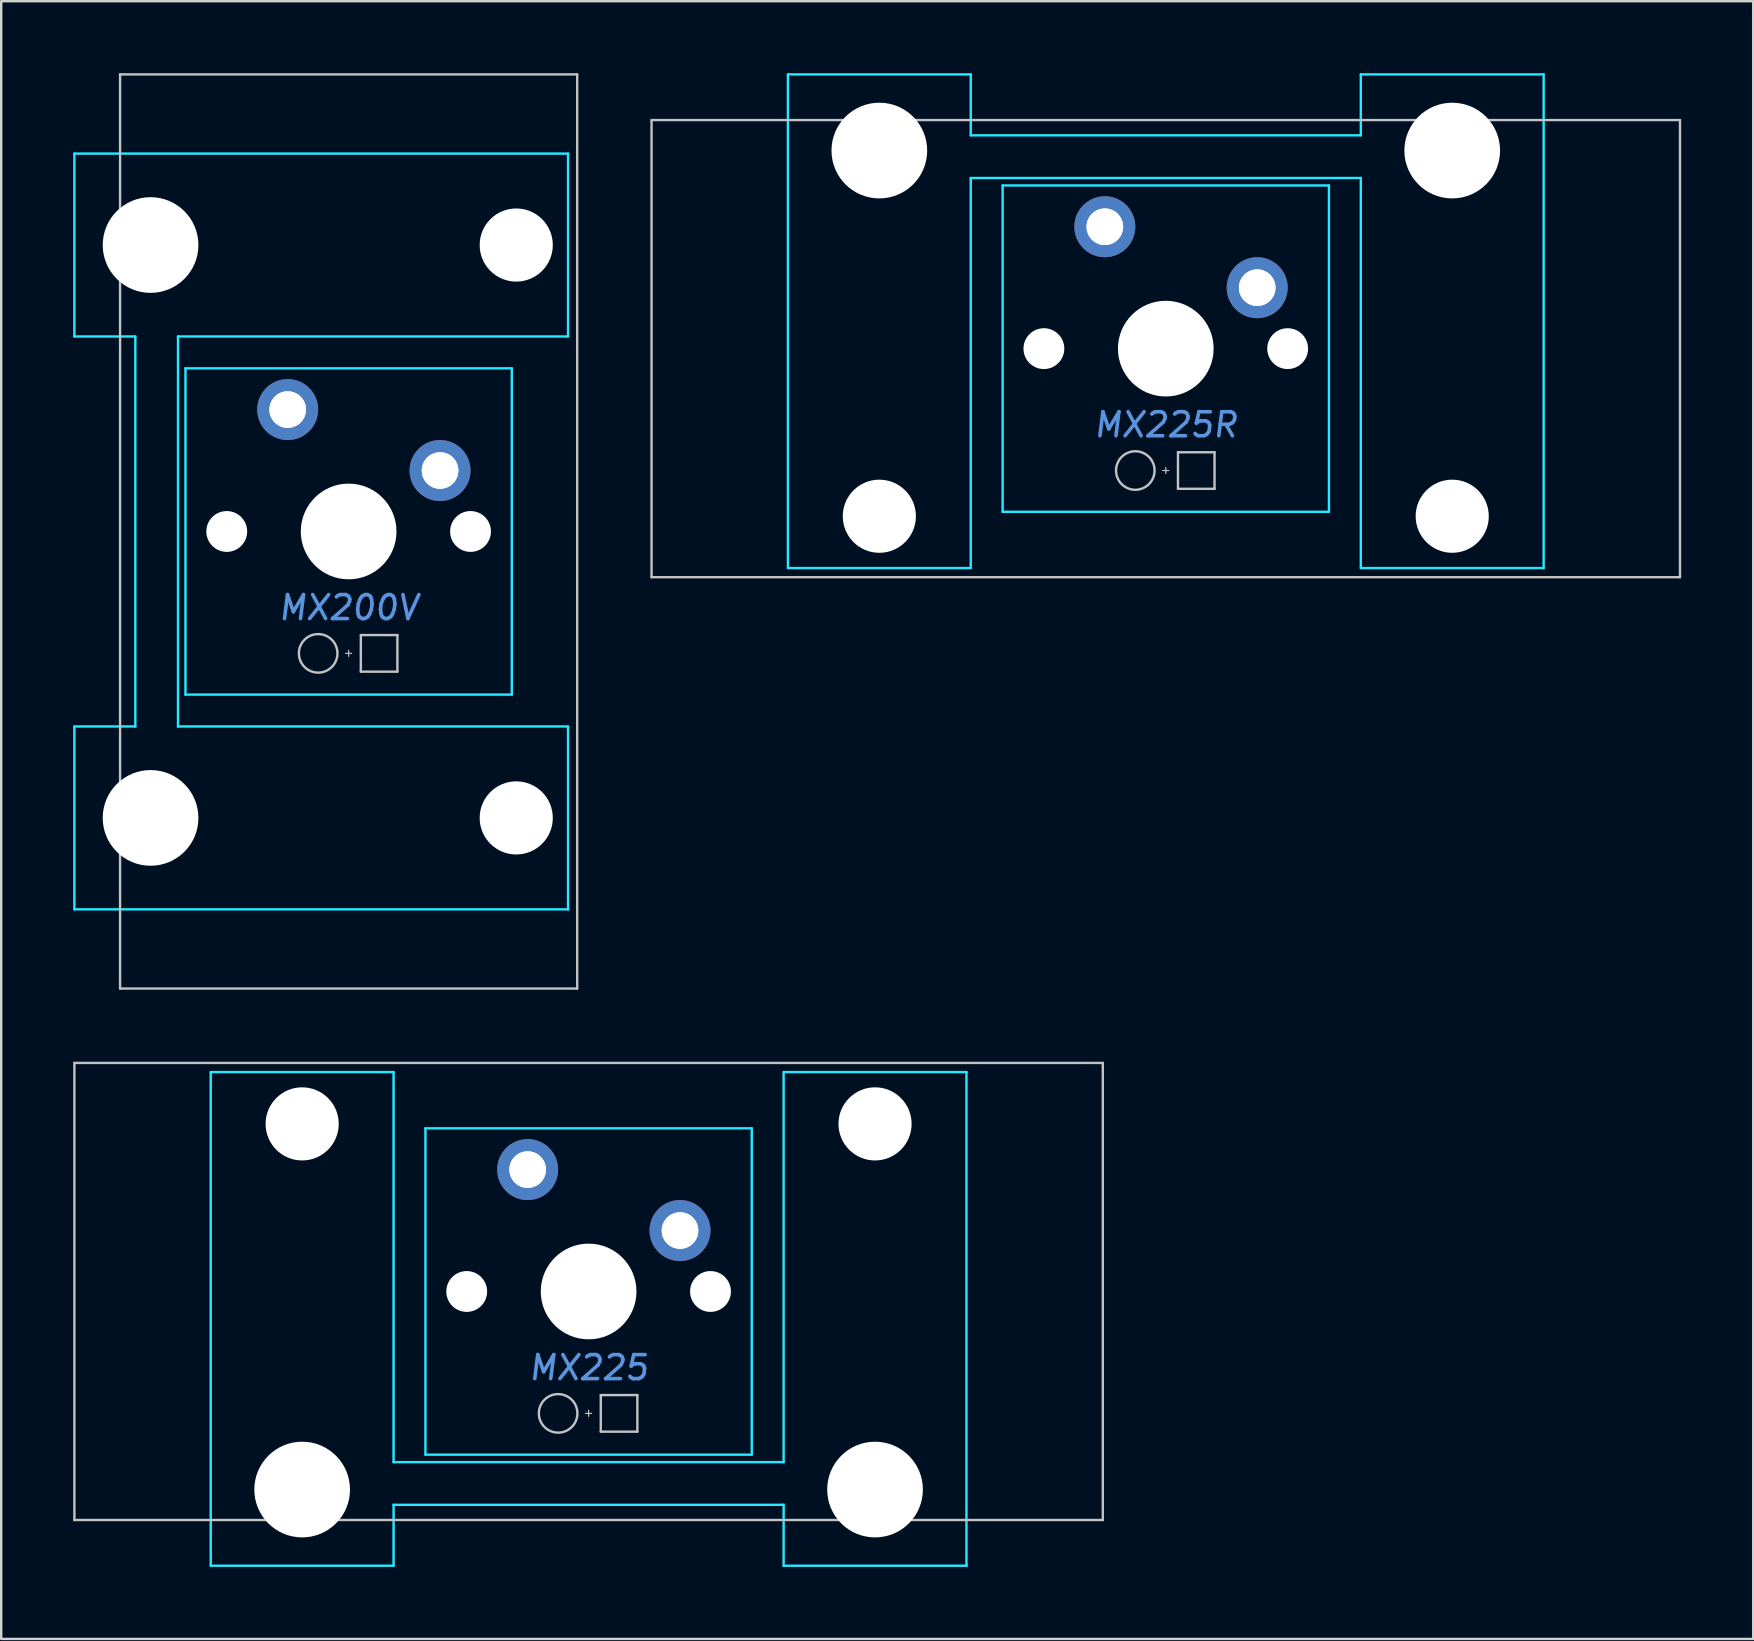
<source format=kicad_pcb>
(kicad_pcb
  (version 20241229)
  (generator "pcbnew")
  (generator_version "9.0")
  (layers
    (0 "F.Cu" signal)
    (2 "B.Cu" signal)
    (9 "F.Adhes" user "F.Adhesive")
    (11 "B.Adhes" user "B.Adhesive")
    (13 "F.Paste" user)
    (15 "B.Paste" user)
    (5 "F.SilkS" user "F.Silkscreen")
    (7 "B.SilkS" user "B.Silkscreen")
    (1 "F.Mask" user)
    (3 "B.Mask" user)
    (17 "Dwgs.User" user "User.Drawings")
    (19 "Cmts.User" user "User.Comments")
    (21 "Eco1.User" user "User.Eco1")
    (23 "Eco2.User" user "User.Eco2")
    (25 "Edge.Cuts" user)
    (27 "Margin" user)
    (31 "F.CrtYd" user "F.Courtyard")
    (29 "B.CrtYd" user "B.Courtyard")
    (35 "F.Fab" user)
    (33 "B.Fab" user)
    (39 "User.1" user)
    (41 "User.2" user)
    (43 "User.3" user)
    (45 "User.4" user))
  (footprint "MX225"
    (layer "F.Cu")
    (at 21.481 50.775)
    (property "Reference" "MX225" (at 0 3.175 0) (layer "Cmts.User") (effects (font (size 1 1) (thickness 0.15) (italic yes))))
    (attr through_hole)
    (fp_line (start -21.431 -9.525) (end -21.431 9.525) (stroke (width 0.1) (type solid)) (layer "Dwgs.User"))
    (fp_line (start -21.431 -9.525) (end 21.431 -9.525) (stroke (width 0.1) (type solid)) (layer "Dwgs.User"))
    (fp_line (start -21.431 9.525) (end 21.431 9.525) (stroke (width 0.1) (type solid)) (layer "Dwgs.User"))
    (fp_line (start -0.127 5.08) (end 0.127 5.08) (stroke (width 0.05) (type solid)) (layer "Dwgs.User"))
    (fp_line (start 0 5.207) (end 0 4.953) (stroke (width 0.05) (type solid)) (layer "Dwgs.User"))
    (fp_line (start 0.508 4.318) (end 0.508 5.842) (stroke (width 0.1) (type solid)) (layer "Dwgs.User"))
    (fp_line (start 0.508 4.318) (end 2.032 4.318) (stroke (width 0.1) (type solid)) (layer "Dwgs.User"))
    (fp_line (start 0.508 5.842) (end 2.032 5.842) (stroke (width 0.1) (type solid)) (layer "Dwgs.User"))
    (fp_line (start 2.032 5.842) (end 2.032 4.318) (stroke (width 0.1) (type solid)) (layer "Dwgs.User"))
    (fp_line (start 21.431 -9.525) (end 21.431 9.525) (stroke (width 0.1) (type solid)) (layer "Dwgs.User"))
    (fp_circle (center -1.27 5.08) (end -0.467 5.08) (stroke (width 0.1) (type solid)) (fill no) (layer "Dwgs.User"))
    (fp_line (start -15.748 -9.144) (end -8.128 -9.144) (stroke (width 0.1) (type solid)) (layer "B.CrtYd"))
    (fp_line (start -15.748 11.43) (end -15.748 -9.144) (stroke (width 0.1) (type solid)) (layer "B.CrtYd"))
    (fp_line (start -8.128 -9.144) (end -8.128 7.112) (stroke (width 0.1) (type solid)) (layer "B.CrtYd"))
    (fp_line (start -8.128 7.112) (end 8.128 7.112) (stroke (width 0.1) (type solid)) (layer "B.CrtYd"))
    (fp_line (start -8.128 8.89) (end 8.128 8.89) (stroke (width 0.1) (type solid)) (layer "B.CrtYd"))
    (fp_line (start -8.128 11.43) (end -15.748 11.43) (stroke (width 0.1) (type solid)) (layer "B.CrtYd"))
    (fp_line (start -8.128 11.43) (end -8.128 8.89) (stroke (width 0.1) (type solid)) (layer "B.CrtYd"))
    (fp_line (start -6.8 6.8) (end -6.8 -6.8) (stroke (width 0.1) (type solid)) (layer "B.CrtYd"))
    (fp_line (start 6.8 -6.8) (end -6.8 -6.8) (stroke (width 0.1) (type solid)) (layer "B.CrtYd"))
    (fp_line (start 6.8 6.8) (end -6.8 6.8) (stroke (width 0.1) (type solid)) (layer "B.CrtYd"))
    (fp_line (start 6.8 6.8) (end 6.8 -6.8) (stroke (width 0.1) (type solid)) (layer "B.CrtYd"))
    (fp_line (start 8.128 -9.144) (end 8.128 7.112) (stroke (width 0.1) (type solid)) (layer "B.CrtYd"))
    (fp_line (start 8.128 -9.144) (end 15.748 -9.144) (stroke (width 0.1) (type solid)) (layer "B.CrtYd"))
    (fp_line (start 8.128 11.43) (end 8.128 8.89) (stroke (width 0.1) (type solid)) (layer "B.CrtYd"))
    (fp_line (start 15.748 -9.144) (end 15.748 11.43) (stroke (width 0.1) (type solid)) (layer "B.CrtYd"))
    (fp_line (start 15.748 11.43) (end 8.128 11.43) (stroke (width 0.1) (type solid)) (layer "B.CrtYd"))
    (pad "" np_thru_hole circle (at -11.938 -6.985) (size 3.048 3.048) (drill 3.048) (layers "*.Cu" "*.Mask"))
    (pad "" np_thru_hole circle (at -11.938 8.255) (size 3.988 3.988) (drill 3.988) (layers "*.Cu" "*.Mask"))
    (pad "" np_thru_hole circle (at -5.08 0) (size 1.702 1.702) (drill 1.702) (layers "*.Cu" "*.Mask"))
    (pad "" connect circle (at -2.54 -5.08) (size 1.524 1.524) (layers "B.Mask"))
    (pad "" np_thru_hole circle (at 0 0) (size 3.988 3.988) (drill 3.988) (layers "*.Cu" "*.Mask"))
    (pad "" connect circle (at 3.81 -2.54) (size 1.524 1.524) (layers "B.Mask"))
    (pad "" np_thru_hole circle (at 5.08 0) (size 1.702 1.702) (drill 1.702) (layers "*.Cu" "*.Mask"))
    (pad "" np_thru_hole circle (at 11.938 -6.985) (size 3.048 3.048) (drill 3.048) (layers "*.Cu" "*.Mask"))
    (pad "" np_thru_hole circle (at 11.938 8.255) (size 3.988 3.988) (drill 3.988) (layers "*.Cu" "*.Mask"))
    (pad "1" thru_hole circle (at -2.54 -5.08) (size 2.032 2.032) (drill 1.524) (layers "B.Cu"))
    (pad "1" thru_hole circle (at -2.54 -5.08) (size 2.54 2.54) (drill 1.524) (layers "F.Cu" "F.Mask"))
    (pad "2" thru_hole circle (at 3.81 -2.54) (size 2.032 2.032) (drill 1.524) (layers "B.Cu"))
    (pad "2" thru_hole circle (at 3.81 -2.54) (size 2.54 2.54) (drill 1.524) (layers "F.Cu" "F.Mask")))
  (footprint "MX225R"
    (layer "F.Cu")
    (at 45.536 11.48)
    (property "Reference" "MX225R" (at 0 3.175 0) (layer "Cmts.User") (effects (font (size 1 1) (thickness 0.15) (italic yes))))
    (attr through_hole)
    (fp_line (start -21.431 -9.525) (end -21.431 9.525) (stroke (width 0.1) (type solid)) (layer "Dwgs.User"))
    (fp_line (start -21.431 -9.525) (end 21.431 -9.525) (stroke (width 0.1) (type solid)) (layer "Dwgs.User"))
    (fp_line (start -21.431 9.525) (end 21.431 9.525) (stroke (width 0.1) (type solid)) (layer "Dwgs.User"))
    (fp_line (start -0.127 5.08) (end 0.127 5.08) (stroke (width 0.05) (type solid)) (layer "Dwgs.User"))
    (fp_line (start 0 5.207) (end 0 4.953) (stroke (width 0.05) (type solid)) (layer "Dwgs.User"))
    (fp_line (start 0.508 4.318) (end 0.508 5.842) (stroke (width 0.1) (type solid)) (layer "Dwgs.User"))
    (fp_line (start 0.508 4.318) (end 2.032 4.318) (stroke (width 0.1) (type solid)) (layer "Dwgs.User"))
    (fp_line (start 0.508 5.842) (end 2.032 5.842) (stroke (width 0.1) (type solid)) (layer "Dwgs.User"))
    (fp_line (start 2.032 5.842) (end 2.032 4.318) (stroke (width 0.1) (type solid)) (layer "Dwgs.User"))
    (fp_line (start 21.431 -9.525) (end 21.431 9.525) (stroke (width 0.1) (type solid)) (layer "Dwgs.User"))
    (fp_circle (center -1.27 5.08) (end -0.467 5.08) (stroke (width 0.1) (type solid)) (fill no) (layer "Dwgs.User"))
    (fp_line (start -15.748 -11.43) (end -8.128 -11.43) (stroke (width 0.1) (type solid)) (layer "B.CrtYd"))
    (fp_line (start -15.748 9.144) (end -15.748 -11.43) (stroke (width 0.1) (type solid)) (layer "B.CrtYd"))
    (fp_line (start -8.128 -11.43) (end -8.128 -8.89) (stroke (width 0.1) (type solid)) (layer "B.CrtYd"))
    (fp_line (start -8.128 9.144) (end -15.748 9.144) (stroke (width 0.1) (type solid)) (layer "B.CrtYd"))
    (fp_line (start -8.128 9.144) (end -8.128 -7.112) (stroke (width 0.1) (type solid)) (layer "B.CrtYd"))
    (fp_line (start -6.8 6.8) (end -6.8 -6.8) (stroke (width 0.1) (type solid)) (layer "B.CrtYd"))
    (fp_line (start 6.8 -6.8) (end -6.8 -6.8) (stroke (width 0.1) (type solid)) (layer "B.CrtYd"))
    (fp_line (start 6.8 6.8) (end -6.8 6.8) (stroke (width 0.1) (type solid)) (layer "B.CrtYd"))
    (fp_line (start 6.8 6.8) (end 6.8 -6.8) (stroke (width 0.1) (type solid)) (layer "B.CrtYd"))
    (fp_line (start 8.128 -11.43) (end 8.128 -8.89) (stroke (width 0.1) (type solid)) (layer "B.CrtYd"))
    (fp_line (start 8.128 -11.43) (end 15.748 -11.43) (stroke (width 0.1) (type solid)) (layer "B.CrtYd"))
    (fp_line (start 8.128 -8.89) (end -8.128 -8.89) (stroke (width 0.1) (type solid)) (layer "B.CrtYd"))
    (fp_line (start 8.128 -7.112) (end -8.128 -7.112) (stroke (width 0.1) (type solid)) (layer "B.CrtYd"))
    (fp_line (start 8.128 9.144) (end 8.128 -7.112) (stroke (width 0.1) (type solid)) (layer "B.CrtYd"))
    (fp_line (start 15.748 -11.43) (end 15.748 9.144) (stroke (width 0.1) (type solid)) (layer "B.CrtYd"))
    (fp_line (start 15.748 9.144) (end 8.128 9.144) (stroke (width 0.1) (type solid)) (layer "B.CrtYd"))
    (pad "" np_thru_hole circle (at -11.938 -8.255 180) (size 3.988 3.988) (drill 3.988) (layers "*.Cu" "*.Mask"))
    (pad "" np_thru_hole circle (at -11.938 6.985 180) (size 3.048 3.048) (drill 3.048) (layers "*.Cu" "*.Mask"))
    (pad "" np_thru_hole circle (at -5.08 0) (size 1.702 1.702) (drill 1.702) (layers "*.Cu" "*.Mask"))
    (pad "" connect circle (at -2.54 -5.08) (size 1.524 1.524) (layers "B.Mask"))
    (pad "" np_thru_hole circle (at 0 0) (size 3.988 3.988) (drill 3.988) (layers "*.Cu" "*.Mask"))
    (pad "" connect circle (at 3.81 -2.54) (size 1.524 1.524) (layers "B.Mask"))
    (pad "" np_thru_hole circle (at 5.08 0) (size 1.702 1.702) (drill 1.702) (layers "*.Cu" "*.Mask"))
    (pad "" np_thru_hole circle (at 11.938 -8.255 180) (size 3.988 3.988) (drill 3.988) (layers "*.Cu" "*.Mask"))
    (pad "" np_thru_hole circle (at 11.938 6.985 180) (size 3.048 3.048) (drill 3.048) (layers "*.Cu" "*.Mask"))
    (pad "1" thru_hole circle (at -2.54 -5.08) (size 2.032 2.032) (drill 1.524) (layers "B.Cu"))
    (pad "1" thru_hole circle (at -2.54 -5.08) (size 2.54 2.54) (drill 1.524) (layers "F.Cu" "F.Mask"))
    (pad "2" thru_hole circle (at 3.81 -2.54) (size 2.032 2.032) (drill 1.524) (layers "B.Cu"))
    (pad "2" thru_hole circle (at 3.81 -2.54) (size 2.54 2.54) (drill 1.524) (layers "F.Cu" "F.Mask")))
  (footprint "MX200V"
    (layer "F.Cu")
    (at 11.48 19.1)
    (property "Reference" "MX200V" (at 0 3.175 0) (layer "Cmts.User") (effects (font (size 1 1) (thickness 0.15) (italic yes))))
    (attr through_hole)
    (fp_line (start -9.525 -19.05) (end -9.525 19.05) (stroke (width 0.1) (type solid)) (layer "Dwgs.User"))
    (fp_line (start -0.127 5.08) (end 0.127 5.08) (stroke (width 0.05) (type solid)) (layer "Dwgs.User"))
    (fp_line (start 0 5.207) (end 0 4.953) (stroke (width 0.05) (type solid)) (layer "Dwgs.User"))
    (fp_line (start 0.508 4.318) (end 0.508 5.842) (stroke (width 0.1) (type solid)) (layer "Dwgs.User"))
    (fp_line (start 0.508 4.318) (end 2.032 4.318) (stroke (width 0.1) (type solid)) (layer "Dwgs.User"))
    (fp_line (start 0.508 5.842) (end 2.032 5.842) (stroke (width 0.1) (type solid)) (layer "Dwgs.User"))
    (fp_line (start 2.032 5.842) (end 2.032 4.318) (stroke (width 0.1) (type solid)) (layer "Dwgs.User"))
    (fp_line (start 9.525 -19.05) (end -9.525 -19.05) (stroke (width 0.1) (type solid)) (layer "Dwgs.User"))
    (fp_line (start 9.525 -19.05) (end 9.525 19.05) (stroke (width 0.1) (type solid)) (layer "Dwgs.User"))
    (fp_line (start 9.525 19.05) (end -9.525 19.05) (stroke (width 0.1) (type solid)) (layer "Dwgs.User"))
    (fp_circle (center -1.27 5.08) (end -0.467 5.08) (stroke (width 0.1) (type solid)) (fill no) (layer "Dwgs.User"))
    (fp_line (start -11.43 -15.748) (end 9.144 -15.748) (stroke (width 0.1) (type solid)) (layer "B.CrtYd"))
    (fp_line (start -11.43 -8.128) (end -11.43 -15.748) (stroke (width 0.1) (type solid)) (layer "B.CrtYd"))
    (fp_line (start -11.43 -8.128) (end -8.89 -8.128) (stroke (width 0.1) (type solid)) (layer "B.CrtYd"))
    (fp_line (start -11.43 8.128) (end -8.89 8.128) (stroke (width 0.1) (type solid)) (layer "B.CrtYd"))
    (fp_line (start -11.43 15.748) (end -11.43 8.128) (stroke (width 0.1) (type solid)) (layer "B.CrtYd"))
    (fp_line (start -8.89 -8.128) (end -8.89 8.128) (stroke (width 0.1) (type solid)) (layer "B.CrtYd"))
    (fp_line (start -7.112 -8.128) (end -7.112 8.128) (stroke (width 0.1) (type solid)) (layer "B.CrtYd"))
    (fp_line (start -6.8 6.8) (end -6.8 -6.8) (stroke (width 0.1) (type solid)) (layer "B.CrtYd"))
    (fp_line (start 6.8 -6.8) (end -6.8 -6.8) (stroke (width 0.1) (type solid)) (layer "B.CrtYd"))
    (fp_line (start 6.8 6.8) (end -6.8 6.8) (stroke (width 0.1) (type solid)) (layer "B.CrtYd"))
    (fp_line (start 6.8 6.8) (end 6.8 -6.8) (stroke (width 0.1) (type solid)) (layer "B.CrtYd"))
    (fp_line (start 9.144 -15.748) (end 9.144 -8.128) (stroke (width 0.1) (type solid)) (layer "B.CrtYd"))
    (fp_line (start 9.144 -8.128) (end -7.112 -8.128) (stroke (width 0.1) (type solid)) (layer "B.CrtYd"))
    (fp_line (start 9.144 8.128) (end -7.112 8.128) (stroke (width 0.1) (type solid)) (layer "B.CrtYd"))
    (fp_line (start 9.144 8.128) (end 9.144 15.748) (stroke (width 0.1) (type solid)) (layer "B.CrtYd"))
    (fp_line (start 9.144 15.748) (end -11.43 15.748) (stroke (width 0.1) (type solid)) (layer "B.CrtYd"))
    (pad "" np_thru_hole circle (at -8.255 -11.938 270) (size 3.988 3.988) (drill 3.988) (layers "*.Cu" "*.Mask"))
    (pad "" np_thru_hole circle (at -8.255 11.938 270) (size 3.988 3.988) (drill 3.988) (layers "*.Cu" "*.Mask"))
    (pad "" np_thru_hole circle (at -5.08 0) (size 1.702 1.702) (drill 1.702) (layers "*.Cu" "*.Mask"))
    (pad "" connect circle (at -2.54 -5.08) (size 1.524 1.524) (layers "B.Mask"))
    (pad "" np_thru_hole circle (at 0 0) (size 3.988 3.988) (drill 3.988) (layers "*.Cu" "*.Mask"))
    (pad "" connect circle (at 3.81 -2.54) (size 1.524 1.524) (layers "B.Mask"))
    (pad "" np_thru_hole circle (at 5.08 0) (size 1.702 1.702) (drill 1.702) (layers "*.Cu" "*.Mask"))
    (pad "" np_thru_hole circle (at 6.985 -11.938 270) (size 3.048 3.048) (drill 3.048) (layers "*.Cu" "*.Mask"))
    (pad "" np_thru_hole circle (at 6.985 11.938 270) (size 3.048 3.048) (drill 3.048) (layers "*.Cu" "*.Mask"))
    (pad "1" thru_hole circle (at -2.54 -5.08) (size 2.032 2.032) (drill 1.524) (layers "B.Cu"))
    (pad "1" thru_hole circle (at -2.54 -5.08) (size 2.54 2.54) (drill 1.524) (layers "F.Cu" "F.Mask"))
    (pad "2" thru_hole circle (at 3.81 -2.54) (size 2.032 2.032) (drill 1.524) (layers "B.Cu"))
    (pad "2" thru_hole circle (at 3.81 -2.54) (size 2.54 2.54) (drill 1.524) (layers "F.Cu" "F.Mask")))
  (gr_rect
    (start -3 -3)
    (end 70.017 65.255)
    (stroke (width 0.1) (type default))
    (fill no)
    (layer "Edge.Cuts")))
</source>
